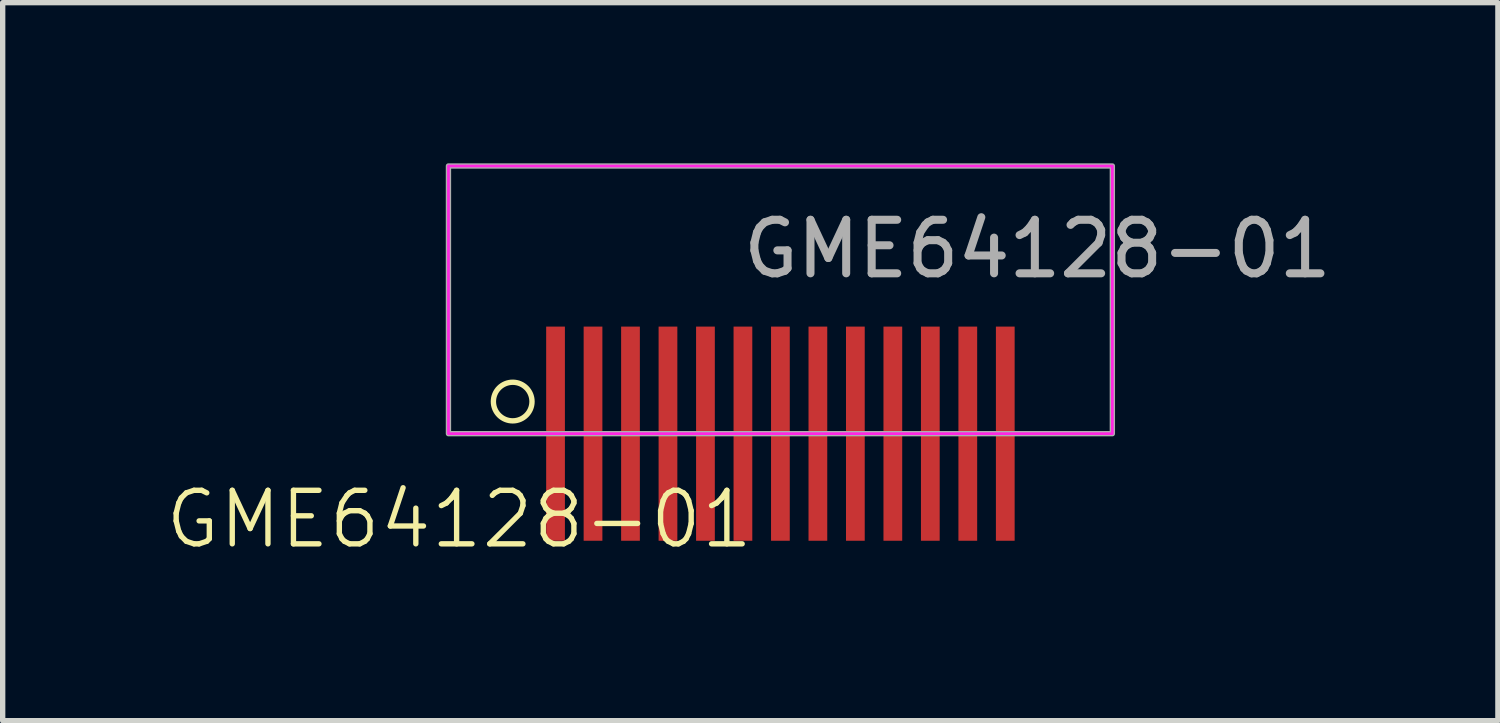
<source format=kicad_pcb>
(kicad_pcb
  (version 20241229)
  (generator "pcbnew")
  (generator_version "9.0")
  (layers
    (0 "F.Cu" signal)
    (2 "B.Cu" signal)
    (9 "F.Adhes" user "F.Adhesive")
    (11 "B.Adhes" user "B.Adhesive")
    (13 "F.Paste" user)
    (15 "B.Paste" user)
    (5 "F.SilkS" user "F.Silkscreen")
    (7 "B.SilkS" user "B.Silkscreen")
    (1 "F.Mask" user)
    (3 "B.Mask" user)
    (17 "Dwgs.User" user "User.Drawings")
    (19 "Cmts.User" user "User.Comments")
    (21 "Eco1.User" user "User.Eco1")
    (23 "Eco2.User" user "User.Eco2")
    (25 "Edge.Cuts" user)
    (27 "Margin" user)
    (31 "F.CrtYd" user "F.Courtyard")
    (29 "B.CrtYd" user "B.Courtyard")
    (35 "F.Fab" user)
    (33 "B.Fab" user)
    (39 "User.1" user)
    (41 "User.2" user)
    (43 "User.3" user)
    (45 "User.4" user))
  (footprint "GME64128-01"
    (layer "F.Cu")
    (at 11.526 5.05)
    (property "Reference" "GME64128-01" (at -6 1.6 0) (unlocked yes) (layer "F.SilkS") (effects (font (size 1 1) (thickness 0.1))))
    (attr smd)
    (fp_circle (center -5 -0.6) (end -4.7 -0.4) (stroke (width 0.1) (type default)) (fill no) (layer "F.SilkS"))
    (fp_rect (start -6.2 -5) (end 6.2 0) (stroke (width 0.05) (type default)) (fill no) (layer "F.CrtYd"))
    (fp_rect (start -6.2 -5) (end 6.2 0) (stroke (width 0.1) (type default)) (fill no) (layer "F.Fab"))
    (fp_text user "${REFERENCE}" (at 4.8 -3.45 0) (unlocked yes) (layer "F.Fab") (effects (font (size 1 1) (thickness 0.15))))
    (pad "1" smd rect (at -4.2 0) (size 0.35 4) (layers "F.Cu" "F.Mask" "F.Paste"))
    (pad "2" smd rect (at -3.5 0) (size 0.35 4) (layers "F.Cu" "F.Mask" "F.Paste"))
    (pad "3" smd rect (at -2.8 0) (size 0.35 4) (layers "F.Cu" "F.Mask" "F.Paste"))
    (pad "4" smd rect (at -2.1 0) (size 0.35 4) (layers "F.Cu" "F.Mask" "F.Paste"))
    (pad "5" smd rect (at -1.4 0) (size 0.35 4) (layers "F.Cu" "F.Mask" "F.Paste"))
    (pad "6" smd rect (at -0.7 0) (size 0.35 4) (layers "F.Cu" "F.Mask" "F.Paste"))
    (pad "7" smd rect (at 0 0) (size 0.35 4) (layers "F.Cu" "F.Mask" "F.Paste"))
    (pad "8" smd rect (at 0.7 0) (size 0.35 4) (layers "F.Cu" "F.Mask" "F.Paste"))
    (pad "9" smd rect (at 1.4 0) (size 0.35 4) (layers "F.Cu" "F.Mask" "F.Paste"))
    (pad "10" smd rect (at 2.1 0) (size 0.35 4) (layers "F.Cu" "F.Mask" "F.Paste"))
    (pad "11" smd rect (at 2.8 0) (size 0.35 4) (layers "F.Cu" "F.Mask" "F.Paste"))
    (pad "12" smd rect (at 3.5 0) (size 0.35 4) (layers "F.Cu" "F.Mask" "F.Paste"))
    (pad "13" smd rect (at 4.2 0) (size 0.35 4) (layers "F.Cu" "F.Mask" "F.Paste")))
  (gr_rect
    (start -3 -3)
    (end 24.927 10.411)
    (stroke (width 0.1) (type default))
    (fill no)
    (layer "Edge.Cuts")))
</source>
